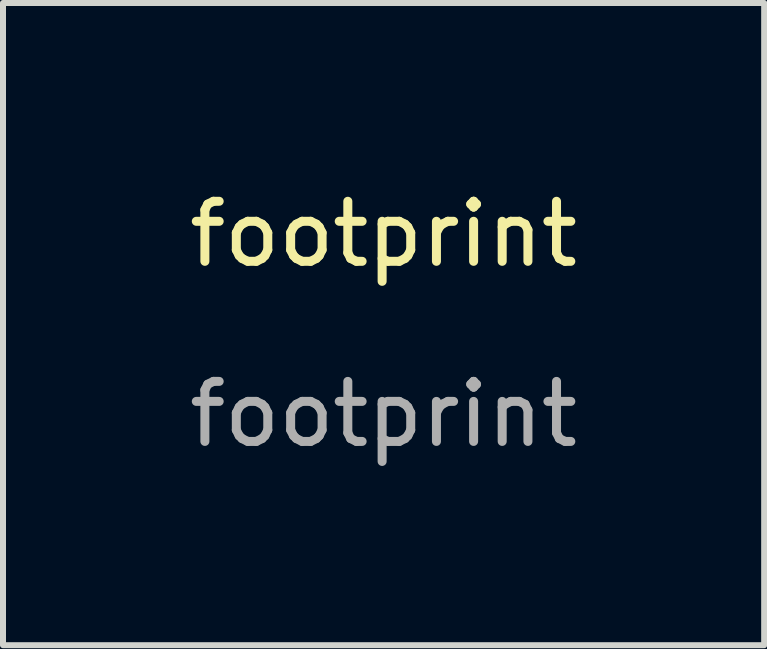
<source format=kicad_pcb>
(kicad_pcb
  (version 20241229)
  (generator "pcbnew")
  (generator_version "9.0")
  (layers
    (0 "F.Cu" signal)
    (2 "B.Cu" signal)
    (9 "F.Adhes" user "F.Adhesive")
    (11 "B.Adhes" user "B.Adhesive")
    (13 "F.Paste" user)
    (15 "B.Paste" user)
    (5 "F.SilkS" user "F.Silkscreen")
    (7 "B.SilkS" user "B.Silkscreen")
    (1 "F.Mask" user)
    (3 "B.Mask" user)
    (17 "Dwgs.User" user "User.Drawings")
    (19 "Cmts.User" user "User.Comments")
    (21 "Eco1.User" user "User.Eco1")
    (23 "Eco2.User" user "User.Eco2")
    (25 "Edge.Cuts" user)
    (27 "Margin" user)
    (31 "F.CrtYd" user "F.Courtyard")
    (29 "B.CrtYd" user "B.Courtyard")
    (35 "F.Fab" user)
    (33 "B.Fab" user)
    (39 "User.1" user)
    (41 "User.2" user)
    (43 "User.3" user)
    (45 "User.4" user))
  (footprint "footprint"
    (layer "F.Cu")
    (at 3.339 1.348)
    (property "Reference" "footprint" (at 0 -0.5 0) (unlocked yes) (layer "F.SilkS") (effects (font (size 1 1) (thickness 0.15))))
    (fp_text user "${REFERENCE}" (at 0 2.5 0) (unlocked yes) (layer "F.Fab") (effects (font (size 1 1) (thickness 0.15)))))
  (gr_rect
    (start -3 -3)
    (end 9.679 7.697)
    (stroke (width 0.1) (type default))
    (fill no)
    (layer "Edge.Cuts")))
</source>
